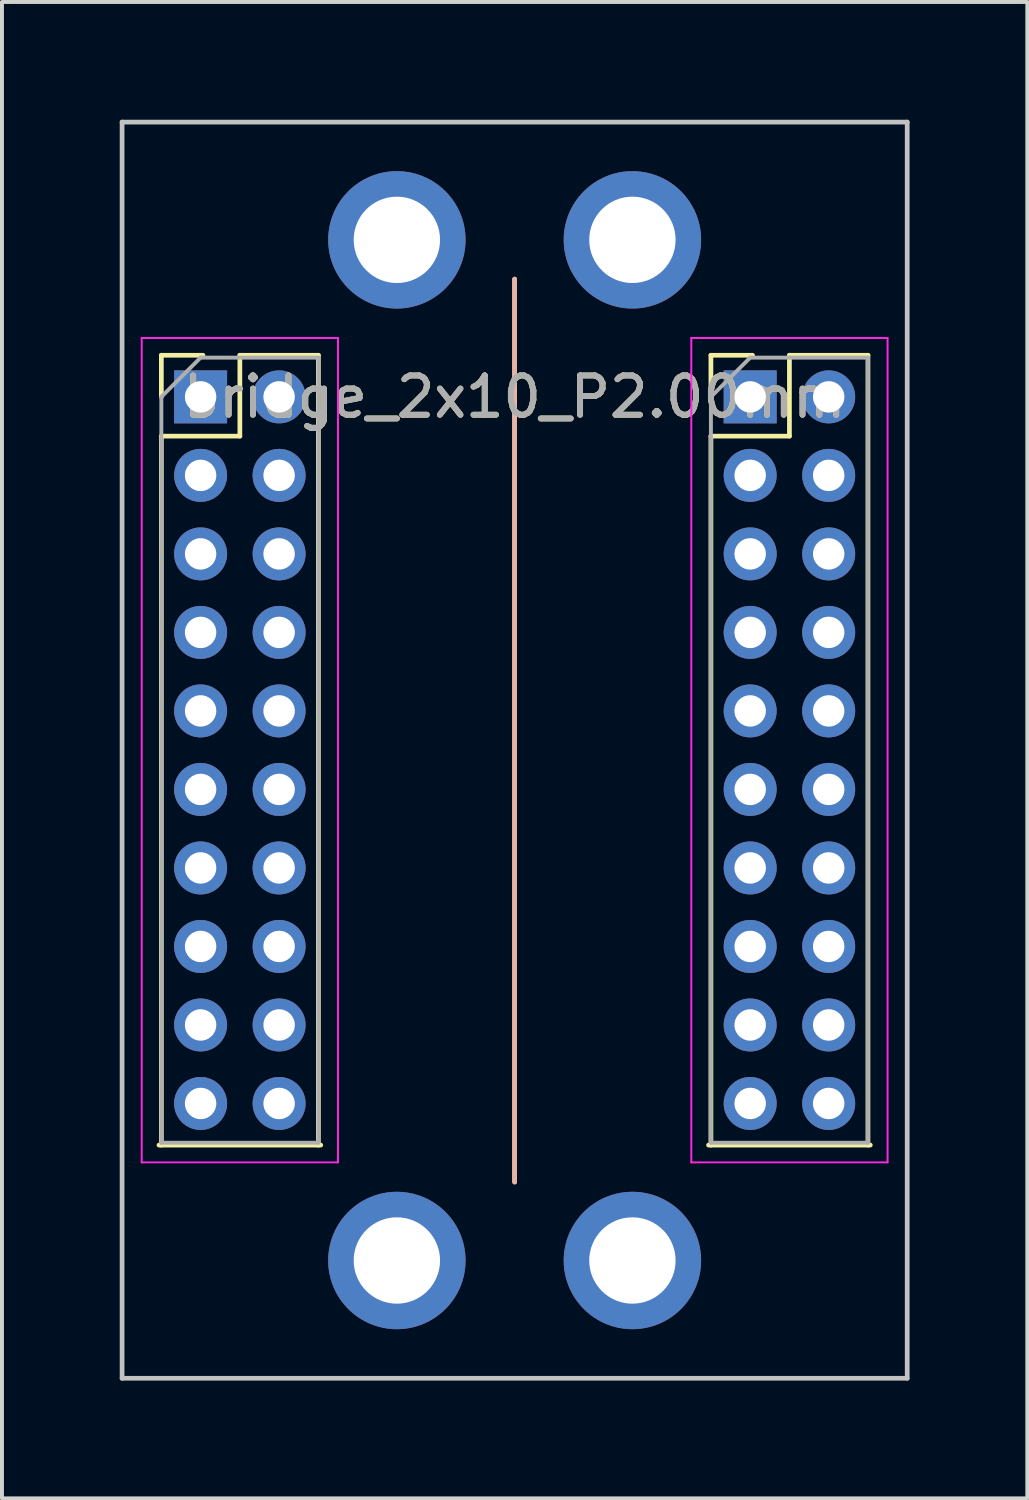
<source format=kicad_pcb>
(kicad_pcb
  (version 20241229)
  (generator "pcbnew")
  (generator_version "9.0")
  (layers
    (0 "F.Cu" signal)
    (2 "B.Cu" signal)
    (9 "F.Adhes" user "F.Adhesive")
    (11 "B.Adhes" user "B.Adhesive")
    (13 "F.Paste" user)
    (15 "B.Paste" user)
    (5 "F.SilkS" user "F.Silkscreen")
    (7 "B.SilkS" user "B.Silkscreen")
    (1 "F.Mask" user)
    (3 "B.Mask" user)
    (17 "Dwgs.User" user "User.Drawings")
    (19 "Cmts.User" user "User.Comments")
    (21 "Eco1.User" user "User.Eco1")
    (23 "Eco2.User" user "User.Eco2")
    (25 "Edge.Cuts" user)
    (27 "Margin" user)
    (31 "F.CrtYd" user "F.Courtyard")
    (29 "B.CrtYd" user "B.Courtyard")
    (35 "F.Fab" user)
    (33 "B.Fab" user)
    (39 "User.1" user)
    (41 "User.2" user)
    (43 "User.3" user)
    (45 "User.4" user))
  (footprint "bridge_2x10_P2.00mm"
    (layer "F.Cu")
    (at 10.06 16.06)
    (property "Reference" "bridge_2x10_P2.00mm" (at 0 -9 0) (layer "F.SilkS") (effects (font (size 1 1) (thickness 0.15))))
    (attr through_hole)
    (fp_line (start -9.06 10.06) (end -4.94 10.06) (stroke (width 0.12) (type solid)) (layer "F.SilkS"))
    (fp_line (start -9 -10.06) (end -9 -9) (stroke (width 0.12) (type solid)) (layer "F.SilkS"))
    (fp_line (start -9 -10.06) (end -7.94 -10.06) (stroke (width 0.12) (type solid)) (layer "F.SilkS"))
    (fp_line (start -9 -8) (end -9 10.06) (stroke (width 0.12) (type solid)) (layer "F.SilkS"))
    (fp_line (start -9 -8) (end -7 -8) (stroke (width 0.12) (type solid)) (layer "F.SilkS"))
    (fp_line (start -7 -10.06) (end -7 -8) (stroke (width 0.12) (type solid)) (layer "F.SilkS"))
    (fp_line (start -7 -10.06) (end -5 -10.06) (stroke (width 0.12) (type solid)) (layer "F.SilkS"))
    (fp_line (start -5 -10.06) (end -5 10.06) (stroke (width 0.12) (type solid)) (layer "F.SilkS"))
    (fp_line (start 0 -12) (end 0 11) (stroke (width 0.12) (type solid)) (layer "F.SilkS"))
    (fp_line (start 4.94 10.06) (end 9.06 10.06) (stroke (width 0.12) (type solid)) (layer "F.SilkS"))
    (fp_line (start 5 -10.06) (end 5 -9) (stroke (width 0.12) (type solid)) (layer "F.SilkS"))
    (fp_line (start 5 -10.06) (end 6.06 -10.06) (stroke (width 0.12) (type solid)) (layer "F.SilkS"))
    (fp_line (start 5 -8) (end 5 10.06) (stroke (width 0.12) (type solid)) (layer "F.SilkS"))
    (fp_line (start 5 -8) (end 7 -8) (stroke (width 0.12) (type solid)) (layer "F.SilkS"))
    (fp_line (start 7 -10.06) (end 7 -8) (stroke (width 0.12) (type solid)) (layer "F.SilkS"))
    (fp_line (start 7 -10.06) (end 9 -10.06) (stroke (width 0.12) (type solid)) (layer "F.SilkS"))
    (fp_line (start 9 -10.06) (end 9 10.06) (stroke (width 0.12) (type solid)) (layer "F.SilkS"))
    (fp_line (start 0 -12) (end 0 11) (stroke (width 0.12) (type solid)) (layer "B.SilkS"))
    (fp_line (start -10 -16) (end 10 -16) (stroke (width 0.12) (type solid)) (layer "Dwgs.User"))
    (fp_line (start -10 16) (end -10 -16) (stroke (width 0.12) (type solid)) (layer "Dwgs.User"))
    (fp_line (start 10 -16) (end 10 16) (stroke (width 0.12) (type solid)) (layer "Dwgs.User"))
    (fp_line (start 10 16) (end -10 16) (stroke (width 0.12) (type solid)) (layer "Dwgs.User"))
    (fp_line (start -9.5 -10.5) (end -4.5 -10.5) (stroke (width 0.05) (type solid)) (layer "F.CrtYd"))
    (fp_line (start -9.5 10.5) (end -9.5 -10.5) (stroke (width 0.05) (type solid)) (layer "F.CrtYd"))
    (fp_line (start -4.5 -10.5) (end -4.5 10.5) (stroke (width 0.05) (type solid)) (layer "F.CrtYd"))
    (fp_line (start -4.5 10.5) (end -9.5 10.5) (stroke (width 0.05) (type solid)) (layer "F.CrtYd"))
    (fp_line (start 4.5 -10.5) (end 9.5 -10.5) (stroke (width 0.05) (type solid)) (layer "F.CrtYd"))
    (fp_line (start 4.5 10.5) (end 4.5 -10.5) (stroke (width 0.05) (type solid)) (layer "F.CrtYd"))
    (fp_line (start 9.5 -10.5) (end 9.5 10.5) (stroke (width 0.05) (type solid)) (layer "F.CrtYd"))
    (fp_line (start 9.5 10.5) (end 4.5 10.5) (stroke (width 0.05) (type solid)) (layer "F.CrtYd"))
    (fp_line (start -9 -9) (end -9 10) (stroke (width 0.1) (type solid)) (layer "F.Fab"))
    (fp_line (start -8 -10) (end -9 -9) (stroke (width 0.1) (type solid)) (layer "F.Fab"))
    (fp_line (start -8 -10) (end -5 -10) (stroke (width 0.1) (type solid)) (layer "F.Fab"))
    (fp_line (start -5 10) (end -9 10) (stroke (width 0.1) (type solid)) (layer "F.Fab"))
    (fp_line (start -5 10) (end -5 -10) (stroke (width 0.1) (type solid)) (layer "F.Fab"))
    (fp_line (start 5 -9) (end 5 10) (stroke (width 0.1) (type solid)) (layer "F.Fab"))
    (fp_line (start 6 -10) (end 5 -9) (stroke (width 0.1) (type solid)) (layer "F.Fab"))
    (fp_line (start 6 -10) (end 9 -10) (stroke (width 0.1) (type solid)) (layer "F.Fab"))
    (fp_line (start 9 10) (end 5 10) (stroke (width 0.1) (type solid)) (layer "F.Fab"))
    (fp_line (start 9 10) (end 9 -10) (stroke (width 0.1) (type solid)) (layer "F.Fab"))
    (fp_text user "${REFERENCE}" (at 0 -9 180) (layer "F.Fab") (effects (font (size 1 1) (thickness 0.15))))
    (pad "" thru_hole circle (at -3 -13) (size 3.5 3.5) (drill 2.2) (layers "*.Cu" "*.Mask"))
    (pad "" thru_hole circle (at -3 13) (size 3.5 3.5) (drill 2.2) (layers "*.Cu" "*.Mask"))
    (pad "" thru_hole circle (at 3 -13) (size 3.5 3.5) (drill 2.2) (layers "*.Cu" "*.Mask"))
    (pad "" thru_hole circle (at 3 13) (size 3.5 3.5) (drill 2.2) (layers "*.Cu" "*.Mask"))
    (pad "1" thru_hole rect (at -8 -9) (size 1.35 1.35) (drill 0.8) (layers "*.Cu" "*.Mask"))
    (pad "1" thru_hole rect (at 6 -9) (size 1.35 1.35) (drill 0.8) (layers "*.Cu" "*.Mask"))
    (pad "2" thru_hole oval (at -8 -7) (size 1.35 1.35) (drill 0.8) (layers "*.Cu" "*.Mask"))
    (pad "2" thru_hole oval (at 6 -7) (size 1.35 1.35) (drill 0.8) (layers "*.Cu" "*.Mask"))
    (pad "3" thru_hole oval (at -8 -5) (size 1.35 1.35) (drill 0.8) (layers "*.Cu" "*.Mask"))
    (pad "3" thru_hole oval (at 6 -5) (size 1.35 1.35) (drill 0.8) (layers "*.Cu" "*.Mask"))
    (pad "4" thru_hole oval (at -8 -3) (size 1.35 1.35) (drill 0.8) (layers "*.Cu" "*.Mask"))
    (pad "4" thru_hole oval (at 6 -3) (size 1.35 1.35) (drill 0.8) (layers "*.Cu" "*.Mask"))
    (pad "5" thru_hole oval (at -8 -1) (size 1.35 1.35) (drill 0.8) (layers "*.Cu" "*.Mask"))
    (pad "5" thru_hole oval (at 6 -1) (size 1.35 1.35) (drill 0.8) (layers "*.Cu" "*.Mask"))
    (pad "6" thru_hole oval (at -8 1) (size 1.35 1.35) (drill 0.8) (layers "*.Cu" "*.Mask"))
    (pad "6" thru_hole oval (at 6 1) (size 1.35 1.35) (drill 0.8) (layers "*.Cu" "*.Mask"))
    (pad "7" thru_hole oval (at -8 3) (size 1.35 1.35) (drill 0.8) (layers "*.Cu" "*.Mask"))
    (pad "7" thru_hole oval (at 6 3) (size 1.35 1.35) (drill 0.8) (layers "*.Cu" "*.Mask"))
    (pad "8" thru_hole oval (at -8 5) (size 1.35 1.35) (drill 0.8) (layers "*.Cu" "*.Mask"))
    (pad "8" thru_hole oval (at 6 5) (size 1.35 1.35) (drill 0.8) (layers "*.Cu" "*.Mask"))
    (pad "9" thru_hole oval (at -8 7) (size 1.35 1.35) (drill 0.8) (layers "*.Cu" "*.Mask"))
    (pad "9" thru_hole oval (at 6 7) (size 1.35 1.35) (drill 0.8) (layers "*.Cu" "*.Mask"))
    (pad "10" thru_hole oval (at -8 9) (size 1.35 1.35) (drill 0.8) (layers "*.Cu" "*.Mask"))
    (pad "10" thru_hole oval (at 6 9) (size 1.35 1.35) (drill 0.8) (layers "*.Cu" "*.Mask"))
    (pad "11" thru_hole oval (at -6 9) (size 1.35 1.35) (drill 0.8) (layers "*.Cu" "*.Mask"))
    (pad "11" thru_hole oval (at 8 9) (size 1.35 1.35) (drill 0.8) (layers "*.Cu" "*.Mask"))
    (pad "12" thru_hole oval (at -6 7) (size 1.35 1.35) (drill 0.8) (layers "*.Cu" "*.Mask"))
    (pad "12" thru_hole oval (at 8 7) (size 1.35 1.35) (drill 0.8) (layers "*.Cu" "*.Mask"))
    (pad "13" thru_hole oval (at -6 5) (size 1.35 1.35) (drill 0.8) (layers "*.Cu" "*.Mask"))
    (pad "13" thru_hole oval (at 8 5) (size 1.35 1.35) (drill 0.8) (layers "*.Cu" "*.Mask"))
    (pad "14" thru_hole oval (at -6 3) (size 1.35 1.35) (drill 0.8) (layers "*.Cu" "*.Mask"))
    (pad "14" thru_hole oval (at 8 3) (size 1.35 1.35) (drill 0.8) (layers "*.Cu" "*.Mask"))
    (pad "15" thru_hole oval (at -6 1) (size 1.35 1.35) (drill 0.8) (layers "*.Cu" "*.Mask"))
    (pad "15" thru_hole oval (at 8 1) (size 1.35 1.35) (drill 0.8) (layers "*.Cu" "*.Mask"))
    (pad "16" thru_hole oval (at -6 -1) (size 1.35 1.35) (drill 0.8) (layers "*.Cu" "*.Mask"))
    (pad "16" thru_hole oval (at 8 -1) (size 1.35 1.35) (drill 0.8) (layers "*.Cu" "*.Mask"))
    (pad "17" thru_hole oval (at -6 -3) (size 1.35 1.35) (drill 0.8) (layers "*.Cu" "*.Mask"))
    (pad "17" thru_hole oval (at 8 -3) (size 1.35 1.35) (drill 0.8) (layers "*.Cu" "*.Mask"))
    (pad "18" thru_hole oval (at -6 -5) (size 1.35 1.35) (drill 0.8) (layers "*.Cu" "*.Mask"))
    (pad "18" thru_hole oval (at 8 -5) (size 1.35 1.35) (drill 0.8) (layers "*.Cu" "*.Mask"))
    (pad "19" thru_hole oval (at -6 -7) (size 1.35 1.35) (drill 0.8) (layers "*.Cu" "*.Mask"))
    (pad "19" thru_hole oval (at 8 -7) (size 1.35 1.35) (drill 0.8) (layers "*.Cu" "*.Mask"))
    (pad "20" thru_hole oval (at -6 -9) (size 1.35 1.35) (drill 0.8) (layers "*.Cu" "*.Mask"))
    (pad "20" thru_hole oval (at 8 -9) (size 1.35 1.35) (drill 0.8) (layers "*.Cu" "*.Mask")))
  (gr_rect
    (start -3 -3)
    (end 23.12 35.12)
    (stroke (width 0.1) (type default))
    (fill no)
    (layer "Edge.Cuts")))
</source>
